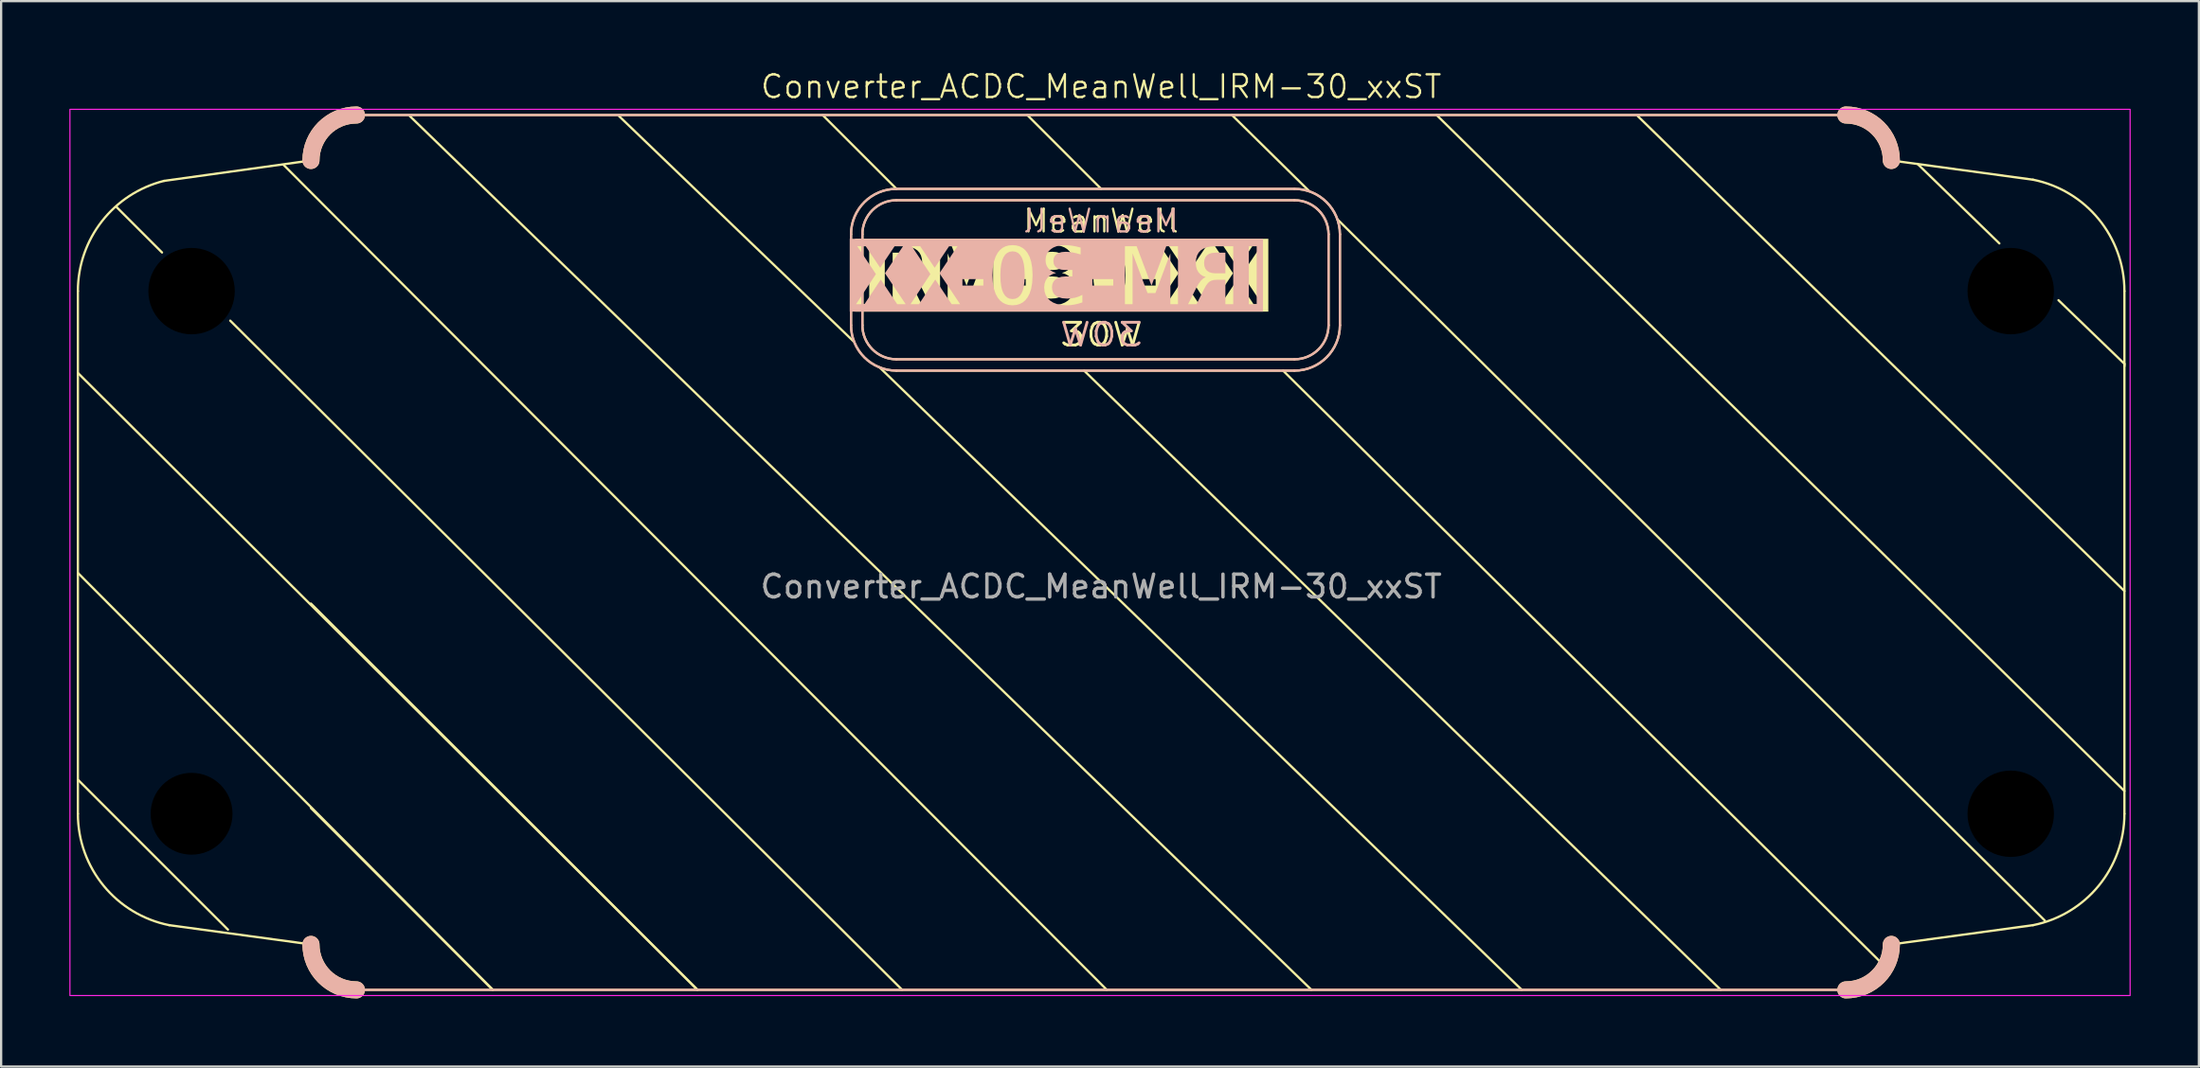
<source format=kicad_pcb>
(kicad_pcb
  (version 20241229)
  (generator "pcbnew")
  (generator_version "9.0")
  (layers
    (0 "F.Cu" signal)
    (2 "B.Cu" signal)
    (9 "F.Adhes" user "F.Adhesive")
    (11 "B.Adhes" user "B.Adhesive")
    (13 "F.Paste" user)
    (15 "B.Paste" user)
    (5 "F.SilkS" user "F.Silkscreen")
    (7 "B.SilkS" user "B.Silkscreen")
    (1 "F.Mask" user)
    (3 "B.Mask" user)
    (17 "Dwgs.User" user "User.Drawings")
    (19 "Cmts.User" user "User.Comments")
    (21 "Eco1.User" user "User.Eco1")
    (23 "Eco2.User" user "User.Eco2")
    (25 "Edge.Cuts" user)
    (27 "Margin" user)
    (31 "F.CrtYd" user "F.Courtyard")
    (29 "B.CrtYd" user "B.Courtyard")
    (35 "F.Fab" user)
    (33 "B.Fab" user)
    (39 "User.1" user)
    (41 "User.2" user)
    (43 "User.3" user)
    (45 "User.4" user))
  (footprint "Converter_ACDC_MeanWell_IRM-30_xxST"
    (layer "F.Cu")
    (at 45.375 21.761)
    (property "Reference" "Converter_ACDC_MeanWell_IRM-30_xxST" (at 0 -21 0) (unlocked yes) (layer "F.SilkS") (effects (font (size 1 1) (thickness 0.1))))
    (attr through_hole)
    (fp_line (start -45 -12) (end -45 11) (stroke (width 0.1) (type default)) (layer "F.SilkS"))
    (fp_line (start -45 9.5) (end -38.4 16.1) (stroke (width 0.1) (type default)) (layer "F.SilkS"))
    (fp_line (start -43.3 -15.7) (end -41.3 -13.7) (stroke (width 0.1) (type default)) (layer "F.SilkS"))
    (fp_line (start -41.213 -16.851) (end -34.75 -17.75) (stroke (width 0.1) (type default)) (layer "F.SilkS"))
    (fp_line (start -40.981 15.903) (end -34.75 16.75) (stroke (width 0.1) (type default)) (layer "F.SilkS"))
    (fp_line (start -34.75 1.75) (end -17.75 18.75) (stroke (width 0.1) (type default)) (layer "F.SilkS"))
    (fp_line (start -34.75 10.75) (end -26.75 18.75) (stroke (width 0.1) (type default)) (layer "F.SilkS"))
    (fp_line (start -32.75 18.75) (end 32.75 18.75) (stroke (width 0.1) (type default)) (layer "F.SilkS"))
    (fp_line (start -26.75 18.75) (end -45 0.4) (stroke (width 0.1) (type default)) (layer "F.SilkS"))
    (fp_line (start -17.75 18.75) (end -45 -8.4) (stroke (width 0.1) (type default)) (layer "F.SilkS"))
    (fp_line (start -11 -10.5) (end -11 -14.5) (stroke (width 0.1) (type default)) (layer "F.SilkS"))
    (fp_line (start -10.9 -9.8) (end -21.2 -19.7) (stroke (width 0.1) (type default)) (layer "F.SilkS"))
    (fp_line (start -10.5 -14.5) (end -10.5 -10.5) (stroke (width 0.1) (type default)) (layer "F.SilkS"))
    (fp_line (start -9.75 -8.65) (end 18.5 18.75) (stroke (width 0.1) (type default)) (layer "F.SilkS"))
    (fp_line (start -9 -16) (end 8.5 -16) (stroke (width 0.1) (type default)) (layer "F.SilkS"))
    (fp_line (start -9 -9) (end 8.5 -9) (stroke (width 0.1) (type default)) (layer "F.SilkS"))
    (fp_line (start -9 -16.5) (end -12.25 -19.75) (stroke (width 0.1) (type default)) (layer "F.SilkS"))
    (fp_line (start -9 -16.5) (end 8.5 -16.5) (stroke (width 0.1) (type default)) (layer "F.SilkS"))
    (fp_line (start -8.75 18.75) (end -38.3 -10.7) (stroke (width 0.1) (type default)) (layer "F.SilkS"))
    (fp_line (start -0.75 -8.5) (end 27.25 18.75) (stroke (width 0.1) (type default)) (layer "F.SilkS"))
    (fp_line (start 0 -16.5) (end -3.25 -19.75) (stroke (width 0.1) (type default)) (layer "F.SilkS"))
    (fp_line (start 0.25 18.75) (end -35.95 -17.55) (stroke (width 0.1) (type default)) (layer "F.SilkS"))
    (fp_line (start 5.75 -19.75) (end 9.15 -16.4) (stroke (width 0.1) (type default)) (layer "F.SilkS"))
    (fp_line (start 8 -8.5) (end 34.5 17.75) (stroke (width 0.1) (type default)) (layer "F.SilkS"))
    (fp_line (start 8.5 -8.5) (end -9 -8.5) (stroke (width 0.1) (type default)) (layer "F.SilkS"))
    (fp_line (start 9.25 18.75) (end -30.4 -19.7) (stroke (width 0.1) (type default)) (layer "F.SilkS"))
    (fp_line (start 10 -14.5) (end 10 -10.5) (stroke (width 0.1) (type default)) (layer "F.SilkS"))
    (fp_line (start 10.4 -15.15) (end 41.5 15.7) (stroke (width 0.1) (type default)) (layer "F.SilkS"))
    (fp_line (start 10.5 -14.5) (end 10.5 -10.5) (stroke (width 0.1) (type default)) (layer "F.SilkS"))
    (fp_line (start 14.75 -19.75) (end 45 10) (stroke (width 0.1) (type default)) (layer "F.SilkS"))
    (fp_line (start 32.75 -19.75) (end -32.75 -19.75) (stroke (width 0.1) (type default)) (layer "F.SilkS"))
    (fp_line (start 39.5 -14.1) (end 35.9 -17.6) (stroke (width 0.1) (type default)) (layer "F.SilkS"))
    (fp_line (start 40.981 -16.903) (end 34.75 -17.75) (stroke (width 0.1) (type default)) (layer "F.SilkS"))
    (fp_line (start 40.981 15.903) (end 34.75 16.75) (stroke (width 0.1) (type default)) (layer "F.SilkS"))
    (fp_line (start 42.1 -11.6) (end 45 -8.8) (stroke (width 0.1) (type default)) (layer "F.SilkS"))
    (fp_line (start 45 -8.8) (end 45 -8.7) (stroke (width 0.1) (type default)) (layer "F.SilkS"))
    (fp_line (start 45 1.2) (end 23.6 -19.7) (stroke (width 0.1) (type default)) (layer "F.SilkS"))
    (fp_line (start 45 11) (end 45 -12) (stroke (width 0.1) (type default)) (layer "F.SilkS"))
    (fp_arc (start -45 -12) (mid -43.941027 -15.077061) (end -41.212678 -16.850713) (stroke (width 0.1) (type default)) (layer "F.SilkS"))
    (fp_arc (start -40.980581 15.902903) (mid -43.866711 14.169944) (end -45 11) (stroke (width 0.1) (type default)) (layer "F.SilkS"))
    (fp_arc (start -34.75 -17.75) (mid -34.164214 -19.164214) (end -32.75 -19.75) (stroke (width 0.75) (type default)) (layer "F.SilkS"))
    (fp_arc (start -32.75 18.75) (mid -34.164214 18.164214) (end -34.75 16.75) (stroke (width 0.75) (type default)) (layer "F.SilkS"))
    (fp_arc (start -11 -14.5) (mid -10.414214 -15.914214) (end -9 -16.5) (stroke (width 0.1) (type default)) (layer "F.SilkS"))
    (fp_arc (start -10.500001 -14.500001) (mid -10.060661 -15.560661) (end -9.000001 -16.000001) (stroke (width 0.1) (type default)) (layer "F.SilkS"))
    (fp_arc (start -9.000001 -8.999999) (mid -10.060661 -9.439339) (end -10.500001 -10.499999) (stroke (width 0.1) (type default)) (layer "F.SilkS"))
    (fp_arc (start -8.999999 -8.500001) (mid -10.414213 -9.085787) (end -10.999999 -10.500001) (stroke (width 0.1) (type default)) (layer "F.SilkS"))
    (fp_arc (start 8.5 -16.5) (mid 9.914214 -15.914214) (end 10.5 -14.5) (stroke (width 0.1) (type default)) (layer "F.SilkS"))
    (fp_arc (start 8.500001 -16) (mid 9.560661 -15.56066) (end 10.000001 -14.5) (stroke (width 0.1) (type default)) (layer "F.SilkS"))
    (fp_arc (start 10 -10.5) (mid 9.56066 -9.43934) (end 8.5 -9) (stroke (width 0.1) (type default)) (layer "F.SilkS"))
    (fp_arc (start 10.499999 -10.500001) (mid 9.914213 -9.085787) (end 8.499999 -8.500001) (stroke (width 0.1) (type default)) (layer "F.SilkS"))
    (fp_arc (start 32.75 -19.75) (mid 34.164214 -19.164214) (end 34.75 -17.75) (stroke (width 0.75) (type default)) (layer "F.SilkS"))
    (fp_arc (start 34.75 16.75) (mid 34.164214 18.164214) (end 32.75 18.75) (stroke (width 0.75) (type default)) (layer "F.SilkS"))
    (fp_arc (start 40.980581 -16.902903) (mid 43.866711 -15.169944) (end 45 -12) (stroke (width 0.1) (type default)) (layer "F.SilkS"))
    (fp_arc (start 45 11) (mid 43.866711 14.169944) (end 40.980581 15.902903) (stroke (width 0.1) (type default)) (layer "F.SilkS"))
    (fp_line (start -32.75 18.75) (end 32.75 18.75) (stroke (width 0.1) (type default)) (layer "B.SilkS"))
    (fp_line (start -11 -10.5) (end -11 -14.5) (stroke (width 0.1) (type default)) (layer "B.SilkS"))
    (fp_line (start -10.5 -14.5) (end -10.5 -10.5) (stroke (width 0.1) (type default)) (layer "B.SilkS"))
    (fp_line (start -9 -16) (end 8.5 -16) (stroke (width 0.1) (type default)) (layer "B.SilkS"))
    (fp_line (start -9 -9) (end 8.5 -9) (stroke (width 0.1) (type default)) (layer "B.SilkS"))
    (fp_line (start -9 -16.5) (end 8.5 -16.5) (stroke (width 0.1) (type default)) (layer "B.SilkS"))
    (fp_line (start 8.5 -8.5) (end -9 -8.5) (stroke (width 0.1) (type default)) (layer "B.SilkS"))
    (fp_line (start 10 -14.5) (end 10 -10.5) (stroke (width 0.1) (type default)) (layer "B.SilkS"))
    (fp_line (start 10.5 -14.5) (end 10.5 -10.5) (stroke (width 0.1) (type default)) (layer "B.SilkS"))
    (fp_line (start 32.75 -19.75) (end -32.75 -19.75) (stroke (width 0.1) (type default)) (layer "B.SilkS"))
    (fp_arc (start -34.75 -17.75) (mid -34.164214 -19.164214) (end -32.75 -19.75) (stroke (width 0.75) (type default)) (layer "B.SilkS"))
    (fp_arc (start -32.75 18.75) (mid -34.164214 18.164214) (end -34.75 16.75) (stroke (width 0.75) (type default)) (layer "B.SilkS"))
    (fp_arc (start -11 -14.5) (mid -10.414214 -15.914214) (end -9 -16.5) (stroke (width 0.1) (type default)) (layer "B.SilkS"))
    (fp_arc (start -10.500001 -14.500001) (mid -10.060661 -15.560661) (end -9.000001 -16.000001) (stroke (width 0.1) (type default)) (layer "B.SilkS"))
    (fp_arc (start -9.000001 -8.999999) (mid -10.060661 -9.439339) (end -10.500001 -10.499999) (stroke (width 0.1) (type default)) (layer "B.SilkS"))
    (fp_arc (start -8.999999 -8.500001) (mid -10.414213 -9.085787) (end -10.999999 -10.500001) (stroke (width 0.1) (type default)) (layer "B.SilkS"))
    (fp_arc (start 8.5 -16.5) (mid 9.914214 -15.914214) (end 10.5 -14.5) (stroke (width 0.1) (type default)) (layer "B.SilkS"))
    (fp_arc (start 8.500001 -16) (mid 9.560661 -15.56066) (end 10.000001 -14.5) (stroke (width 0.1) (type default)) (layer "B.SilkS"))
    (fp_arc (start 10 -10.5) (mid 9.56066 -9.43934) (end 8.5 -9) (stroke (width 0.1) (type default)) (layer "B.SilkS"))
    (fp_arc (start 10.499999 -10.500001) (mid 9.914213 -9.085787) (end 8.499999 -8.500001) (stroke (width 0.1) (type default)) (layer "B.SilkS"))
    (fp_arc (start 32.75 -19.75) (mid 34.164214 -19.164214) (end 34.75 -17.75) (stroke (width 0.75) (type default)) (layer "B.SilkS"))
    (fp_arc (start 34.75 16.75) (mid 34.164214 18.164214) (end 32.75 18.75) (stroke (width 0.75) (type default)) (layer "B.SilkS"))
    (fp_rect (start -45.35 -20) (end 45.25 19) (stroke (width 0.05) (type default)) (fill no) (layer "F.CrtYd"))
    (fp_text user "MeanWell" (at -3.5 -14.5 0) (unlocked yes) (layer "F.SilkS") (effects (font (size 1 1) (thickness 0.1)) (justify left bottom)))
    (fp_text user " IRM-30-XX " (at -12 -11 0) (unlocked yes) (layer "F.SilkS" knockout) (effects (font (face "Hack") (size 2.5 2.5) (thickness 0.1)) (justify left bottom)))
    (fp_text user "30W" (at -1.9 -9.5 0) (unlocked yes) (layer "F.SilkS") (effects (font (size 1 1.2) (thickness 0.125)) (justify left bottom)))
    (fp_text user " IRM-30-XX " (at -12 -11 0) (unlocked yes) (layer "B.SilkS" knockout) (effects (font (face "Hack") (size 2.5 2.5) (thickness 0.1)) (justify right bottom mirror)))
    (fp_text user "30W" (at -1.9 -9.5 0) (unlocked yes) (layer "B.SilkS") (effects (font (size 1 1.2) (thickness 0.125)) (justify right bottom mirror)))
    (fp_text user "MeanWell" (at -3.5 -14.5 0) (unlocked yes) (layer "B.SilkS") (effects (font (size 1 1) (thickness 0.1)) (justify right bottom mirror)))
    (fp_text user "${REFERENCE}" (at 0 1 0) (unlocked yes) (layer "F.Fab") (effects (font (size 1 1) (thickness 0.15))))
    (pad "" np_thru_hole circle (at -40 -12 90) (size 4 4) (drill 3.8) (layers "*.Mask"))
    (pad "" np_thru_hole circle (at -40 11 90) (size 4 4) (drill 3.6) (layers "*.Mask"))
    (pad "" np_thru_hole circle (at 40 -12 90) (size 4 4) (drill 3.8) (layers "*.Mask"))
    (pad "" np_thru_hole circle (at 40 11 90) (size 4 4) (drill 3.8) (layers "*.Mask")))
  (gr_rect
    (start -3 -3)
    (end 93.65 43.886)
    (stroke (width 0.1) (type default))
    (fill no)
    (layer "Edge.Cuts")))
</source>
